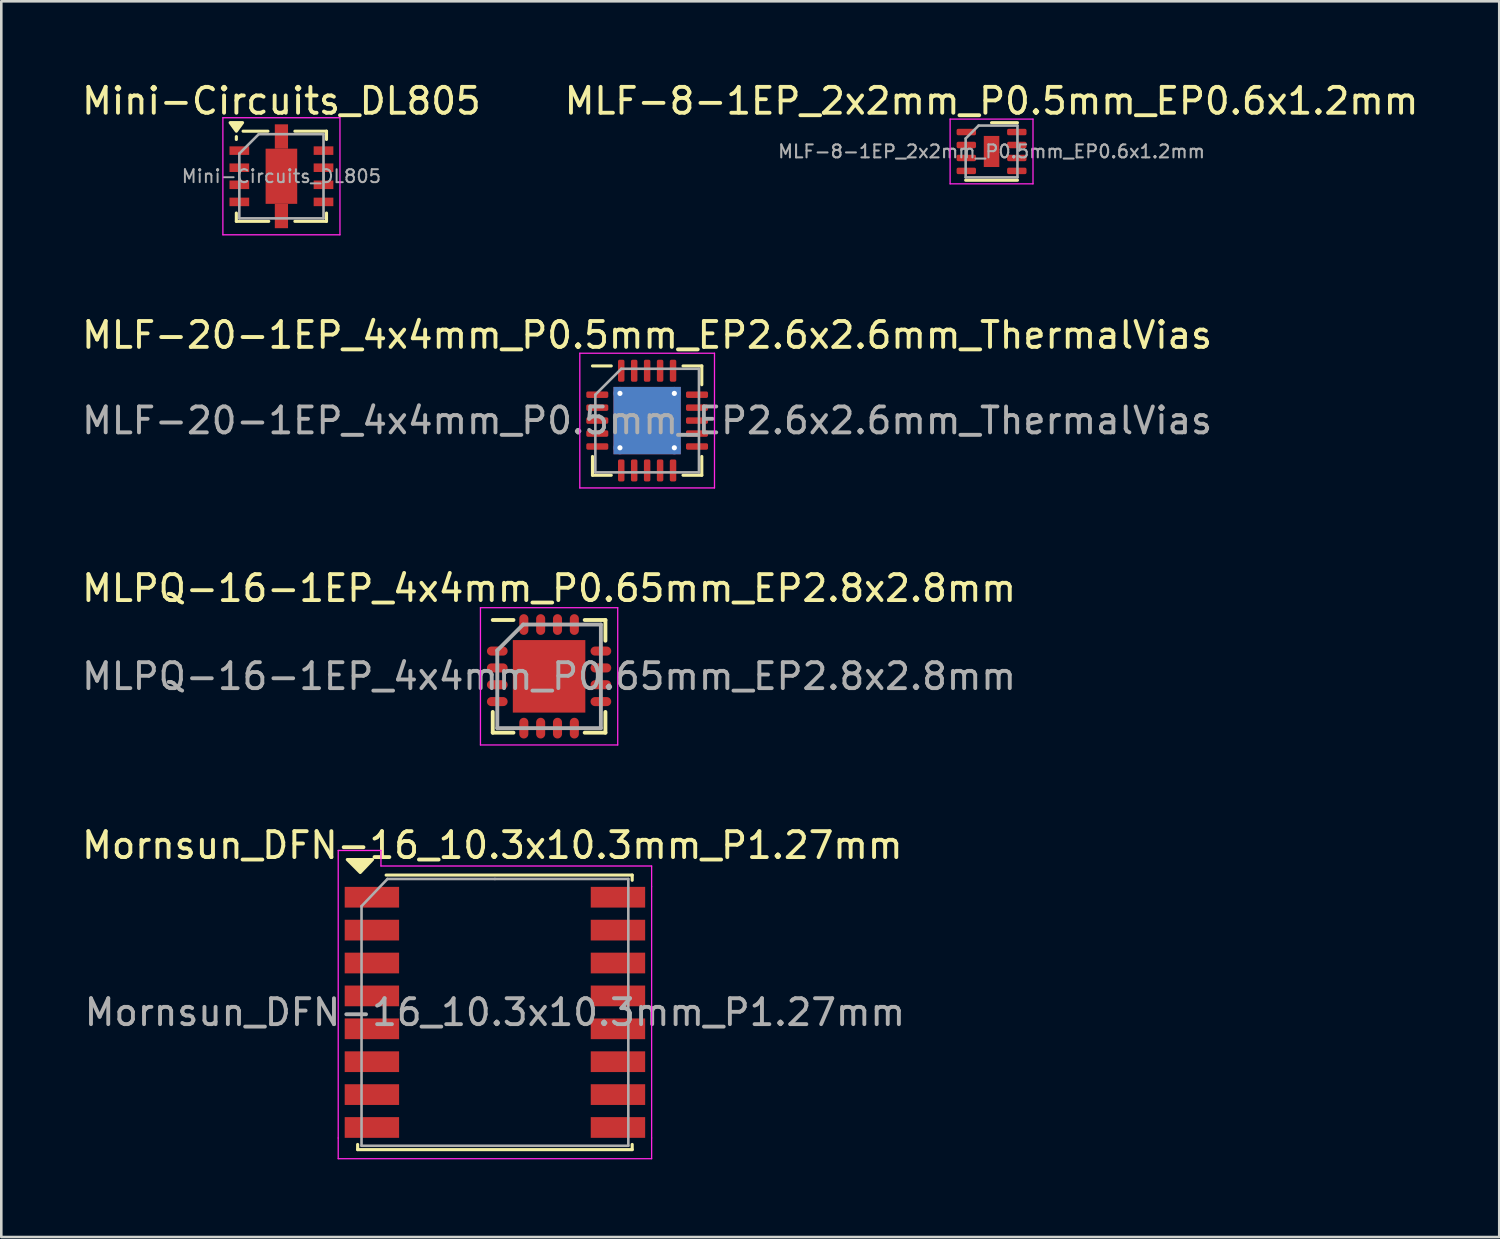
<source format=kicad_pcb>
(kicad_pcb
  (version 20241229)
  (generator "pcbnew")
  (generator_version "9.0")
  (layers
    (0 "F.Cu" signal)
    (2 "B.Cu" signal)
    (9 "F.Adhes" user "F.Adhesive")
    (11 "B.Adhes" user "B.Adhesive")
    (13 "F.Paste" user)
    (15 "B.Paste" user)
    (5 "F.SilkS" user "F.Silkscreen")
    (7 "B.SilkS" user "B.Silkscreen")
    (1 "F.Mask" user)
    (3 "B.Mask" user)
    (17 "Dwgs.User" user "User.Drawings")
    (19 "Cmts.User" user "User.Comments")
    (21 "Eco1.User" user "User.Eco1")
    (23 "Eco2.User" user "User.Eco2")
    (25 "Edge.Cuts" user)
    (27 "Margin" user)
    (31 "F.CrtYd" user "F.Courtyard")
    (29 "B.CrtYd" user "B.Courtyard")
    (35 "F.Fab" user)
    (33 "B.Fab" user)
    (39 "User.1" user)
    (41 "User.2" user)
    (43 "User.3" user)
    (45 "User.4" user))
  (footprint "Mini-Circuits_DL805"
    (layer "F.Cu")
    (at 7.815 3.755)
    (property "Reference" "Mini-Circuits_DL805" (at 0 -2.907 0) (layer "F.SilkS") (effects (font (size 1 1) (thickness 0.15))))
    (attr smd)
    (fp_line (start -1.74 -1.53) (end -1.74 -1.42) (stroke (width 0.12) (type default)) (layer "F.SilkS"))
    (fp_line (start -1.74 1.74) (end -1.74 1.42) (stroke (width 0.12) (type solid)) (layer "F.SilkS"))
    (fp_line (start -0.52 -1.74) (end -1.48 -1.74) (stroke (width 0.12) (type solid)) (layer "F.SilkS"))
    (fp_line (start -0.49 1.74) (end -1.74 1.74) (stroke (width 0.12) (type solid)) (layer "F.SilkS"))
    (fp_line (start 0.52 -1.74) (end 1.74 -1.74) (stroke (width 0.12) (type solid)) (layer "F.SilkS"))
    (fp_line (start 1.74 -1.74) (end 1.74 -1.42) (stroke (width 0.12) (type solid)) (layer "F.SilkS"))
    (fp_line (start 1.74 1.42) (end 1.74 1.74) (stroke (width 0.12) (type solid)) (layer "F.SilkS"))
    (fp_line (start 1.74 1.74) (end 0.52 1.74) (stroke (width 0.12) (type solid)) (layer "F.SilkS"))
    (fp_poly (pts (xy -1.74 -1.74) (xy -1.98 -2.07) (xy -1.5 -2.07) (xy -1.74 -1.74)) (stroke (width 0.12) (type solid)) (fill yes) (layer "F.SilkS"))
    (fp_line (start -2.26 -2.26) (end -2.26 2.26) (stroke (width 0.05) (type solid)) (layer "F.CrtYd"))
    (fp_line (start -2.26 2.26) (end 2.26 2.26) (stroke (width 0.05) (type solid)) (layer "F.CrtYd"))
    (fp_line (start 2.26 -2.26) (end -2.26 -2.26) (stroke (width 0.05) (type solid)) (layer "F.CrtYd"))
    (fp_line (start 2.26 2.26) (end 2.26 -2.26) (stroke (width 0.05) (type solid)) (layer "F.CrtYd"))
    (fp_line (start -1.625 -0.875) (end -0.875 -1.625) (stroke (width 0.1) (type solid)) (layer "F.Fab"))
    (fp_line (start -1.625 1.625) (end -1.625 -0.875) (stroke (width 0.1) (type solid)) (layer "F.Fab"))
    (fp_line (start -0.875 -1.625) (end 1.625 -1.625) (stroke (width 0.1) (type solid)) (layer "F.Fab"))
    (fp_line (start 1.625 -1.625) (end 1.625 1.625) (stroke (width 0.1) (type solid)) (layer "F.Fab"))
    (fp_line (start 1.625 1.625) (end -1.625 1.625) (stroke (width 0.1) (type solid)) (layer "F.Fab"))
    (fp_text user "${REFERENCE}" (at 0 0 0) (layer "F.Fab") (effects (font (size 0.5 0.5) (thickness 0.075))))
    (pad "1" smd rect (at -1.625 -0.99 270) (size 0.33 0.76) (layers "F.Cu" "F.Mask" "F.Paste"))
    (pad "2" smd rect (at -1.625 -0.33 270) (size 0.33 0.76) (layers "F.Cu" "F.Mask" "F.Paste"))
    (pad "3" smd rect (at -1.625 0.33 270) (size 0.33 0.76) (layers "F.Cu" "F.Mask" "F.Paste"))
    (pad "4" smd rect (at -1.625 0.99 270) (size 0.33 0.76) (layers "F.Cu" "F.Mask" "F.Paste"))
    (pad "5" smd rect (at 1.625 0.99 270) (size 0.33 0.76) (layers "F.Cu" "F.Mask" "F.Paste"))
    (pad "6" smd rect (at 1.625 0.33 270) (size 0.33 0.76) (layers "F.Cu" "F.Mask" "F.Paste"))
    (pad "7" smd rect (at 1.625 -0.33 270) (size 0.33 0.76) (layers "F.Cu" "F.Mask" "F.Paste"))
    (pad "8" smd rect (at 1.625 -0.99 270) (size 0.33 0.76) (layers "F.Cu" "F.Mask" "F.Paste"))
    (pad "9" smd rect (at 0 -1.535 270) (size 0.94 0.51) (layers "F.Cu" "F.Mask" "F.Paste"))
    (pad "9" smd rect (at 0 0 270) (size 2.13 1.22) (layers "F.Cu" "F.Mask" "F.Paste"))
    (pad "9" smd rect (at 0 1.535 270) (size 0.94 0.51) (layers "F.Cu" "F.Mask" "F.Paste")))
  (footprint "MLF-8-1EP_2x2mm_P0.5mm_EP0.6x1.2mm"
    (layer "F.Cu")
    (at 35.232 2.798)
    (property "Reference" "MLF-8-1EP_2x2mm_P0.5mm_EP0.6x1.2mm" (at 0 -1.95 0) (layer "F.SilkS") (effects (font (size 1 1) (thickness 0.15))))
    (attr smd)
    (fp_line (start -1 1.11) (end 1 1.11) (stroke (width 0.12) (type solid)) (layer "F.SilkS"))
    (fp_line (start 0 -1.11) (end 1 -1.11) (stroke (width 0.12) (type solid)) (layer "F.SilkS"))
    (fp_line (start -1.6 -1.25) (end -1.6 1.25) (stroke (width 0.05) (type solid)) (layer "F.CrtYd"))
    (fp_line (start -1.6 1.25) (end 1.6 1.25) (stroke (width 0.05) (type solid)) (layer "F.CrtYd"))
    (fp_line (start 1.6 -1.25) (end -1.6 -1.25) (stroke (width 0.05) (type solid)) (layer "F.CrtYd"))
    (fp_line (start 1.6 1.25) (end 1.6 -1.25) (stroke (width 0.05) (type solid)) (layer "F.CrtYd"))
    (fp_line (start -1 -0.5) (end -0.5 -1) (stroke (width 0.1) (type solid)) (layer "F.Fab"))
    (fp_line (start -1 1) (end -1 -0.5) (stroke (width 0.1) (type solid)) (layer "F.Fab"))
    (fp_line (start -0.5 -1) (end 1 -1) (stroke (width 0.1) (type solid)) (layer "F.Fab"))
    (fp_line (start 1 -1) (end 1 1) (stroke (width 0.1) (type solid)) (layer "F.Fab"))
    (fp_line (start 1 1) (end -1 1) (stroke (width 0.1) (type solid)) (layer "F.Fab"))
    (fp_text user "${REFERENCE}" (at 0 0 0) (layer "F.Fab") (effects (font (size 0.5 0.5) (thickness 0.08))))
    (pad "" smd roundrect (at 0 -0.3) (size 0.48 0.48) (layers "F.Paste") (roundrect_rratio 0.25))
    (pad "" smd roundrect (at 0 0.3) (size 0.48 0.48) (layers "F.Paste") (roundrect_rratio 0.25))
    (pad "1" smd roundrect (at -0.975 -0.75) (size 0.75 0.25) (layers "F.Cu" "F.Mask" "F.Paste") (roundrect_rratio 0.25))
    (pad "2" smd roundrect (at -0.975 -0.25) (size 0.75 0.25) (layers "F.Cu" "F.Mask" "F.Paste") (roundrect_rratio 0.25))
    (pad "3" smd roundrect (at -0.975 0.25) (size 0.75 0.25) (layers "F.Cu" "F.Mask" "F.Paste") (roundrect_rratio 0.25))
    (pad "4" smd roundrect (at -0.975 0.75) (size 0.75 0.25) (layers "F.Cu" "F.Mask" "F.Paste") (roundrect_rratio 0.25))
    (pad "5" smd roundrect (at 0.975 0.75) (size 0.75 0.25) (layers "F.Cu" "F.Mask" "F.Paste") (roundrect_rratio 0.25))
    (pad "6" smd roundrect (at 0.975 0.25) (size 0.75 0.25) (layers "F.Cu" "F.Mask" "F.Paste") (roundrect_rratio 0.25))
    (pad "7" smd roundrect (at 0.975 -0.25) (size 0.75 0.25) (layers "F.Cu" "F.Mask" "F.Paste") (roundrect_rratio 0.25))
    (pad "8" smd roundrect (at 0.975 -0.75) (size 0.75 0.25) (layers "F.Cu" "F.Mask" "F.Paste") (roundrect_rratio 0.25))
    (pad "9" smd rect (at 0 0) (size 0.6 1.2) (layers "F.Cu" "F.Mask")))
  (footprint "Mornsun_DFN-16_10.3x10.3mm_P1.27mm"
    (layer "F.Cu")
    (at 15.958 36.135)
    (property "Reference" "Mornsun_DFN-16_10.3x10.3mm_P1.27mm" (at 0 -6.55 0) (unlocked yes) (layer "F.SilkS") (effects (font (size 1 1) (thickness 0.15))))
    (attr smd)
    (fp_line (start -5.2 5.2) (end -5.2 5) (stroke (width 0.12) (type default)) (layer "F.SilkS"))
    (fp_line (start 5.4 -5.4) (end -4.1 -5.4) (stroke (width 0.12) (type default)) (layer "F.SilkS"))
    (fp_line (start 5.4 -5.4) (end 5.4 -5.2) (stroke (width 0.12) (type default)) (layer "F.SilkS"))
    (fp_line (start 5.4 5.2) (end -5.2 5.2) (stroke (width 0.12) (type default)) (layer "F.SilkS"))
    (fp_line (start 5.4 5.2) (end 5.4 5) (stroke (width 0.12) (type default)) (layer "F.SilkS"))
    (fp_poly (pts (xy -5.1 -5.5) (xy -5.6 -6) (xy -4.625 -6) (xy -5.1 -5.5)) (stroke (width 0.12) (type solid)) (fill yes) (layer "F.SilkS"))
    (fp_line (start -5.95 -6.35) (end -5.95 4.75) (stroke (width 0.05) (type default)) (layer "F.CrtYd"))
    (fp_line (start -5.95 4.75) (end -5.95 5.55) (stroke (width 0.05) (type default)) (layer "F.CrtYd"))
    (fp_line (start -5.95 5.55) (end 6.15 5.55) (stroke (width 0.05) (type default)) (layer "F.CrtYd"))
    (fp_line (start -4.3 -6.35) (end -5.95 -6.35) (stroke (width 0.05) (type default)) (layer "F.CrtYd"))
    (fp_line (start -4.3 -5.75) (end -4.3 -6.35) (stroke (width 0.05) (type default)) (layer "F.CrtYd"))
    (fp_line (start 6.15 -5.75) (end -4.3 -5.75) (stroke (width 0.05) (type default)) (layer "F.CrtYd"))
    (fp_line (start 6.15 -4.95) (end 6.15 -5.75) (stroke (width 0.05) (type default)) (layer "F.CrtYd"))
    (fp_line (start 6.15 4.75) (end 6.15 -4.95) (stroke (width 0.05) (type default)) (layer "F.CrtYd"))
    (fp_line (start 6.15 5.55) (end 6.15 4.75) (stroke (width 0.05) (type default)) (layer "F.CrtYd"))
    (fp_line (start -5.05 5.05) (end -5.05 -4.2) (stroke (width 0.1) (type default)) (layer "F.Fab"))
    (fp_line (start -4.05 -5.25) (end -5.05 -4.2) (stroke (width 0.1) (type default)) (layer "F.Fab"))
    (fp_line (start -4.05 -5.25) (end 0.1 -5.25) (stroke (width 0.1) (type default)) (layer "F.Fab"))
    (fp_line (start 0.1 -5.25) (end 5.25 -5.25) (stroke (width 0.1) (type default)) (layer "F.Fab"))
    (fp_line (start 5.25 -5.25) (end 5.25 5.05) (stroke (width 0.1) (type default)) (layer "F.Fab"))
    (fp_line (start 5.25 5.05) (end -5.05 5.05) (stroke (width 0.1) (type default)) (layer "F.Fab"))
    (fp_text user "${REFERENCE}" (at 0.1 -0.1 0) (layer "F.Fab") (effects (font (size 1 1) (thickness 0.15))))
    (pad "1" smd rect (at -4.65 -4.545 270) (size 0.8 2.1) (layers "F.Cu" "F.Mask" "F.Paste"))
    (pad "2" smd rect (at -4.65 -3.275 270) (size 0.8 2.1) (layers "F.Cu" "F.Mask" "F.Paste"))
    (pad "3" smd rect (at -4.65 -2.005 270) (size 0.8 2.1) (layers "F.Cu" "F.Mask" "F.Paste"))
    (pad "4" smd rect (at -4.65 -0.735 270) (size 0.8 2.1) (layers "F.Cu" "F.Mask" "F.Paste"))
    (pad "5" smd rect (at -4.65 0.535 270) (size 0.8 2.1) (layers "F.Cu" "F.Mask" "F.Paste"))
    (pad "6" smd rect (at -4.65 1.805 270) (size 0.8 2.1) (layers "F.Cu" "F.Mask" "F.Paste"))
    (pad "7" smd rect (at -4.65 3.075 270) (size 0.8 2.1) (layers "F.Cu" "F.Mask" "F.Paste"))
    (pad "8" smd rect (at -4.65 4.345 270) (size 0.8 2.1) (layers "F.Cu" "F.Mask" "F.Paste"))
    (pad "9" smd rect (at 4.85 4.345 270) (size 0.8 2.1) (layers "F.Cu" "F.Mask" "F.Paste"))
    (pad "10" smd rect (at 4.85 3.075 270) (size 0.8 2.1) (layers "F.Cu" "F.Mask" "F.Paste"))
    (pad "11" smd rect (at 4.85 1.805 270) (size 0.8 2.1) (layers "F.Cu" "F.Mask" "F.Paste"))
    (pad "12" smd rect (at 4.85 0.535 270) (size 0.8 2.1) (layers "F.Cu" "F.Mask" "F.Paste"))
    (pad "13" smd rect (at 4.85 -0.735 270) (size 0.8 2.1) (layers "F.Cu" "F.Mask" "F.Paste"))
    (pad "14" smd rect (at 4.85 -2.005 270) (size 0.8 2.1) (layers "F.Cu" "F.Mask" "F.Paste"))
    (pad "15" smd rect (at 4.85 -3.275 270) (size 0.8 2.1) (layers "F.Cu" "F.Mask" "F.Paste"))
    (pad "16" smd rect (at 4.85 -4.545 270) (size 0.8 2.1) (layers "F.Cu" "F.Mask" "F.Paste")))
  (footprint "MLF-20-1EP_4x4mm_P0.5mm_EP2.6x2.6mm_ThermalVias"
    (layer "F.Cu")
    (at 21.935 13.188)
    (property "Reference" "MLF-20-1EP_4x4mm_P0.5mm_EP2.6x2.6mm_ThermalVias" (at 0 -3.3 0) (layer "F.SilkS") (effects (font (size 1 1) (thickness 0.15))))
    (attr smd)
    (fp_line (start -2.11 2.11) (end -2.11 1.385) (stroke (width 0.12) (type solid)) (layer "F.SilkS"))
    (fp_line (start -1.385 -2.11) (end -2.11 -2.11) (stroke (width 0.12) (type solid)) (layer "F.SilkS"))
    (fp_line (start -1.385 2.11) (end -2.11 2.11) (stroke (width 0.12) (type solid)) (layer "F.SilkS"))
    (fp_line (start 1.385 -2.11) (end 2.11 -2.11) (stroke (width 0.12) (type solid)) (layer "F.SilkS"))
    (fp_line (start 1.385 2.11) (end 2.11 2.11) (stroke (width 0.12) (type solid)) (layer "F.SilkS"))
    (fp_line (start 2.11 -2.11) (end 2.11 -1.385) (stroke (width 0.12) (type solid)) (layer "F.SilkS"))
    (fp_line (start 2.11 2.11) (end 2.11 1.385) (stroke (width 0.12) (type solid)) (layer "F.SilkS"))
    (fp_line (start -2.6 -2.6) (end -2.6 2.6) (stroke (width 0.05) (type solid)) (layer "F.CrtYd"))
    (fp_line (start -2.6 2.6) (end 2.6 2.6) (stroke (width 0.05) (type solid)) (layer "F.CrtYd"))
    (fp_line (start 2.6 -2.6) (end -2.6 -2.6) (stroke (width 0.05) (type solid)) (layer "F.CrtYd"))
    (fp_line (start 2.6 2.6) (end 2.6 -2.6) (stroke (width 0.05) (type solid)) (layer "F.CrtYd"))
    (fp_line (start -2 -1) (end -1 -2) (stroke (width 0.1) (type solid)) (layer "F.Fab"))
    (fp_line (start -2 2) (end -2 -1) (stroke (width 0.1) (type solid)) (layer "F.Fab"))
    (fp_line (start -1 -2) (end 2 -2) (stroke (width 0.1) (type solid)) (layer "F.Fab"))
    (fp_line (start 2 -2) (end 2 2) (stroke (width 0.1) (type solid)) (layer "F.Fab"))
    (fp_line (start 2 2) (end -2 2) (stroke (width 0.1) (type solid)) (layer "F.Fab"))
    (fp_text user "${REFERENCE}" (at 0 0 0) (layer "F.Fab") (effects (font (size 1 1) (thickness 0.15))))
    (pad "" smd roundrect (at -0.65 -0.65) (size 1.13 1.13) (layers "F.Paste") (roundrect_rratio 0.221))
    (pad "" smd roundrect (at -0.65 0.65) (size 1.13 1.13) (layers "F.Paste") (roundrect_rratio 0.221))
    (pad "" smd roundrect (at 0.65 -0.65) (size 1.13 1.13) (layers "F.Paste") (roundrect_rratio 0.221))
    (pad "" smd roundrect (at 0.65 0.65) (size 1.13 1.13) (layers "F.Paste") (roundrect_rratio 0.221))
    (pad "1" smd roundrect (at -1.925 -1) (size 0.85 0.25) (layers "F.Cu" "F.Mask" "F.Paste") (roundrect_rratio 0.25))
    (pad "2" smd roundrect (at -1.925 -0.5) (size 0.85 0.25) (layers "F.Cu" "F.Mask" "F.Paste") (roundrect_rratio 0.25))
    (pad "3" smd roundrect (at -1.925 0) (size 0.85 0.25) (layers "F.Cu" "F.Mask" "F.Paste") (roundrect_rratio 0.25))
    (pad "4" smd roundrect (at -1.925 0.5) (size 0.85 0.25) (layers "F.Cu" "F.Mask" "F.Paste") (roundrect_rratio 0.25))
    (pad "5" smd roundrect (at -1.925 1) (size 0.85 0.25) (layers "F.Cu" "F.Mask" "F.Paste") (roundrect_rratio 0.25))
    (pad "6" smd roundrect (at -1 1.925) (size 0.25 0.85) (layers "F.Cu" "F.Mask" "F.Paste") (roundrect_rratio 0.25))
    (pad "7" smd roundrect (at -0.5 1.925) (size 0.25 0.85) (layers "F.Cu" "F.Mask" "F.Paste") (roundrect_rratio 0.25))
    (pad "8" smd roundrect (at 0 1.925) (size 0.25 0.85) (layers "F.Cu" "F.Mask" "F.Paste") (roundrect_rratio 0.25))
    (pad "9" smd roundrect (at 0.5 1.925) (size 0.25 0.85) (layers "F.Cu" "F.Mask" "F.Paste") (roundrect_rratio 0.25))
    (pad "10" smd roundrect (at 1 1.925) (size 0.25 0.85) (layers "F.Cu" "F.Mask" "F.Paste") (roundrect_rratio 0.25))
    (pad "11" smd roundrect (at 1.925 1) (size 0.85 0.25) (layers "F.Cu" "F.Mask" "F.Paste") (roundrect_rratio 0.25))
    (pad "12" smd roundrect (at 1.925 0.5) (size 0.85 0.25) (layers "F.Cu" "F.Mask" "F.Paste") (roundrect_rratio 0.25))
    (pad "13" smd roundrect (at 1.925 0) (size 0.85 0.25) (layers "F.Cu" "F.Mask" "F.Paste") (roundrect_rratio 0.25))
    (pad "14" smd roundrect (at 1.925 -0.5) (size 0.85 0.25) (layers "F.Cu" "F.Mask" "F.Paste") (roundrect_rratio 0.25))
    (pad "15" smd roundrect (at 1.925 -1) (size 0.85 0.25) (layers "F.Cu" "F.Mask" "F.Paste") (roundrect_rratio 0.25))
    (pad "16" smd roundrect (at 1 -1.925) (size 0.25 0.85) (layers "F.Cu" "F.Mask" "F.Paste") (roundrect_rratio 0.25))
    (pad "17" smd roundrect (at 0.5 -1.925) (size 0.25 0.85) (layers "F.Cu" "F.Mask" "F.Paste") (roundrect_rratio 0.25))
    (pad "18" smd roundrect (at 0 -1.925) (size 0.25 0.85) (layers "F.Cu" "F.Mask" "F.Paste") (roundrect_rratio 0.25))
    (pad "19" smd roundrect (at -0.5 -1.925) (size 0.25 0.85) (layers "F.Cu" "F.Mask" "F.Paste") (roundrect_rratio 0.25))
    (pad "20" smd roundrect (at -1 -1.925) (size 0.25 0.85) (layers "F.Cu" "F.Mask" "F.Paste") (roundrect_rratio 0.25))
    (pad "21" thru_hole circle (at -1.05 -1.05) (size 0.5 0.5) (drill 0.2) (layers "*.Cu"))
    (pad "21" thru_hole circle (at -1.05 1.05) (size 0.5 0.5) (drill 0.2) (layers "*.Cu"))
    (pad "21" smd rect (at 0 0) (size 2.6 2.6) (layers "F.Cu" "F.Mask"))
    (pad "21" smd rect (at 0 0) (size 2.6 2.6) (layers "B.Cu"))
    (pad "21" thru_hole circle (at 1.05 -1.05) (size 0.5 0.5) (drill 0.2) (layers "*.Cu"))
    (pad "21" thru_hole circle (at 1.05 1.05) (size 0.5 0.5) (drill 0.2) (layers "*.Cu")))
  (footprint "MLPQ-16-1EP_4x4mm_P0.65mm_EP2.8x2.8mm"
    (layer "F.Cu")
    (at 18.149 23.062)
    (property "Reference" "MLPQ-16-1EP_4x4mm_P0.65mm_EP2.8x2.8mm" (at 0 -3.4 0) (layer "F.SilkS") (effects (font (size 1 1) (thickness 0.15))))
    (attr smd)
    (fp_line (start -2.175 -2.175) (end -1.375 -2.175) (stroke (width 0.15) (type solid)) (layer "F.SilkS"))
    (fp_line (start -2.175 2.175) (end -2.175 1.375) (stroke (width 0.15) (type solid)) (layer "F.SilkS"))
    (fp_line (start -2.175 2.175) (end -1.375 2.175) (stroke (width 0.15) (type solid)) (layer "F.SilkS"))
    (fp_line (start 2.175 -2.175) (end 1.375 -2.175) (stroke (width 0.15) (type solid)) (layer "F.SilkS"))
    (fp_line (start 2.175 -2.175) (end 2.175 -1.375) (stroke (width 0.15) (type solid)) (layer "F.SilkS"))
    (fp_line (start 2.175 2.175) (end 1.375 2.175) (stroke (width 0.15) (type solid)) (layer "F.SilkS"))
    (fp_line (start 2.175 2.175) (end 2.175 1.375) (stroke (width 0.15) (type solid)) (layer "F.SilkS"))
    (fp_line (start -2.65 -2.65) (end -2.65 2.65) (stroke (width 0.05) (type solid)) (layer "F.CrtYd"))
    (fp_line (start -2.65 -2.65) (end 2.65 -2.65) (stroke (width 0.05) (type solid)) (layer "F.CrtYd"))
    (fp_line (start -2.65 2.65) (end 2.65 2.65) (stroke (width 0.05) (type solid)) (layer "F.CrtYd"))
    (fp_line (start 2.65 -2.65) (end 2.65 2.65) (stroke (width 0.05) (type solid)) (layer "F.CrtYd"))
    (fp_line (start -2 -1) (end -1 -2) (stroke (width 0.15) (type solid)) (layer "F.Fab"))
    (fp_line (start -2 2) (end -2 -1) (stroke (width 0.15) (type solid)) (layer "F.Fab"))
    (fp_line (start -1 -2) (end 2 -2) (stroke (width 0.15) (type solid)) (layer "F.Fab"))
    (fp_line (start 2 -2) (end 2 2) (stroke (width 0.15) (type solid)) (layer "F.Fab"))
    (fp_line (start 2 2) (end -2 2) (stroke (width 0.15) (type solid)) (layer "F.Fab"))
    (fp_text user "${REFERENCE}" (at 0 0 0) (layer "F.Fab") (effects (font (size 1 1) (thickness 0.15))))
    (pad "" smd rect (at -0.7 -0.7) (size 1.13 1.13) (layers "F.Paste"))
    (pad "" smd rect (at -0.7 0.7) (size 1.13 1.13) (layers "F.Paste"))
    (pad "" smd rect (at 0.7 -0.7) (size 1.13 1.13) (layers "F.Paste"))
    (pad "" smd rect (at 0.7 0.7) (size 1.13 1.13) (layers "F.Paste"))
    (pad "1" smd oval (at -2 -0.975) (size 0.8 0.35) (layers "F.Cu" "F.Mask" "F.Paste"))
    (pad "2" smd oval (at -2 -0.325) (size 0.8 0.35) (layers "F.Cu" "F.Mask" "F.Paste"))
    (pad "3" smd oval (at -2 0.325) (size 0.8 0.35) (layers "F.Cu" "F.Mask" "F.Paste"))
    (pad "4" smd oval (at -2 0.975) (size 0.8 0.35) (layers "F.Cu" "F.Mask" "F.Paste"))
    (pad "5" smd oval (at -0.975 2 90) (size 0.8 0.35) (layers "F.Cu" "F.Mask" "F.Paste"))
    (pad "6" smd oval (at -0.325 2 90) (size 0.8 0.35) (layers "F.Cu" "F.Mask" "F.Paste"))
    (pad "7" smd oval (at 0.325 2 90) (size 0.8 0.35) (layers "F.Cu" "F.Mask" "F.Paste"))
    (pad "8" smd oval (at 0.975 2 90) (size 0.8 0.35) (layers "F.Cu" "F.Mask" "F.Paste"))
    (pad "9" smd oval (at 2 0.975) (size 0.8 0.35) (layers "F.Cu" "F.Mask" "F.Paste"))
    (pad "10" smd oval (at 2 0.325) (size 0.8 0.35) (layers "F.Cu" "F.Mask" "F.Paste"))
    (pad "11" smd oval (at 2 -0.325) (size 0.8 0.35) (layers "F.Cu" "F.Mask" "F.Paste"))
    (pad "12" smd oval (at 2 -0.975) (size 0.8 0.35) (layers "F.Cu" "F.Mask" "F.Paste"))
    (pad "13" smd oval (at 0.975 -2 90) (size 0.8 0.35) (layers "F.Cu" "F.Mask" "F.Paste"))
    (pad "14" smd oval (at 0.325 -2 90) (size 0.8 0.35) (layers "F.Cu" "F.Mask" "F.Paste"))
    (pad "15" smd oval (at -0.325 -2 90) (size 0.8 0.35) (layers "F.Cu" "F.Mask" "F.Paste"))
    (pad "16" smd oval (at -0.975 -2 90) (size 0.8 0.35) (layers "F.Cu" "F.Mask" "F.Paste"))
    (pad "17" smd rect (at 0 0) (size 2.8 2.8) (layers "F.Cu" "F.Mask")))
  (gr_rect
    (start -3 -3)
    (end 54.833 44.71)
    (stroke (width 0.1) (type default))
    (fill no)
    (layer "Edge.Cuts")))
</source>
